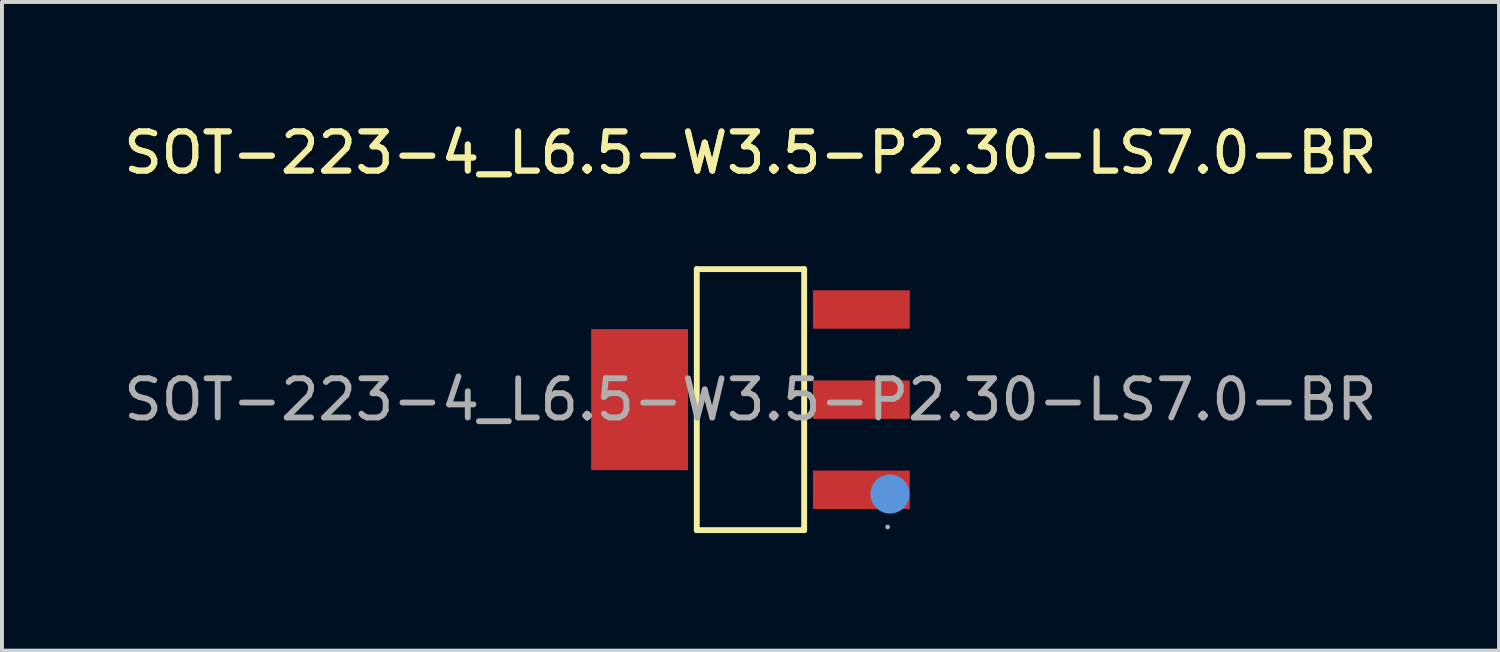
<source format=kicad_pcb>
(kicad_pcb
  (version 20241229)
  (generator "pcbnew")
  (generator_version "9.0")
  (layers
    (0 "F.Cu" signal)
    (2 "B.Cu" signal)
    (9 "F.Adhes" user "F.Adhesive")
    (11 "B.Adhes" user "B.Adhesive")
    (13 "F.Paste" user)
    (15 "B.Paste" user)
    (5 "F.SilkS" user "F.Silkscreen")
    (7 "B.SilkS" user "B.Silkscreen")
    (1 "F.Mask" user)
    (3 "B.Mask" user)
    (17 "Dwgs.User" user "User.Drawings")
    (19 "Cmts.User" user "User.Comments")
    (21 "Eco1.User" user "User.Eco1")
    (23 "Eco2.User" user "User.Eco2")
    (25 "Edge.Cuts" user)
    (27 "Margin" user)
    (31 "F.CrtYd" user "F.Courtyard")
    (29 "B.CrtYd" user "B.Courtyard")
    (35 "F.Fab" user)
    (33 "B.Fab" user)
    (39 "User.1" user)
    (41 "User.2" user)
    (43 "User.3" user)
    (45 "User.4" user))
  (footprint "SOT-223-4_L6.5-W3.5-P2.30-LS7.0-BR"
    (layer "F.Cu")
    (at 16.101 7.148)
    (property "Reference" "SOT-223-4_L6.5-W3.5-P2.30-LS7.0-BR" (at 0 -6.3 0) (layer "F.SilkS") (effects (font (size 1 1) (thickness 0.15))))
    (attr smd)
    (fp_line (start -1.37 -3.33) (end 1.37 -3.33) (stroke (width 0.15) (type solid)) (layer "F.SilkS"))
    (fp_line (start -1.37 3.33) (end -1.37 -3.33) (stroke (width 0.15) (type solid)) (layer "F.SilkS"))
    (fp_line (start 1.37 -3.33) (end 1.37 3.33) (stroke (width 0.15) (type solid)) (layer "F.SilkS"))
    (fp_line (start 1.37 3.33) (end -1.37 3.33) (stroke (width 0.15) (type solid)) (layer "F.SilkS"))
    (fp_circle (center 3.56 2.41) (end 3.81 2.41) (stroke (width 0.5) (type solid)) (fill no) (layer "Cmts.User"))
    (fp_circle (center 3.5 3.25) (end 3.53 3.25) (stroke (width 0.06) (type solid)) (fill no) (layer "F.Fab"))
    (fp_text user "${REFERENCE}" (at 0 -6.3 0) (layer "F.SilkS") (effects (font (size 1 1) (thickness 0.15))))
    (fp_text user "${REFERENCE}" (at 0 0 0) (layer "F.Fab") (effects (font (size 1 1) (thickness 0.15))))
    (pad "1" smd rect (at 2.83 2.3) (size 2.47 0.98) (layers "F.Cu" "F.Mask" "F.Paste"))
    (pad "2" smd rect (at 2.83 0) (size 2.47 0.98) (layers "F.Cu" "F.Mask" "F.Paste"))
    (pad "3" smd rect (at 2.83 -2.3) (size 2.47 0.98) (layers "F.Cu" "F.Mask" "F.Paste"))
    (pad "4" smd rect (at -2.83 0) (size 2.47 3.6) (layers "F.Cu" "F.Mask" "F.Paste")))
  (gr_rect
    (start -3 -3)
    (end 35.202 13.553)
    (stroke (width 0.1) (type default))
    (fill no)
    (layer "Edge.Cuts")))
</source>
